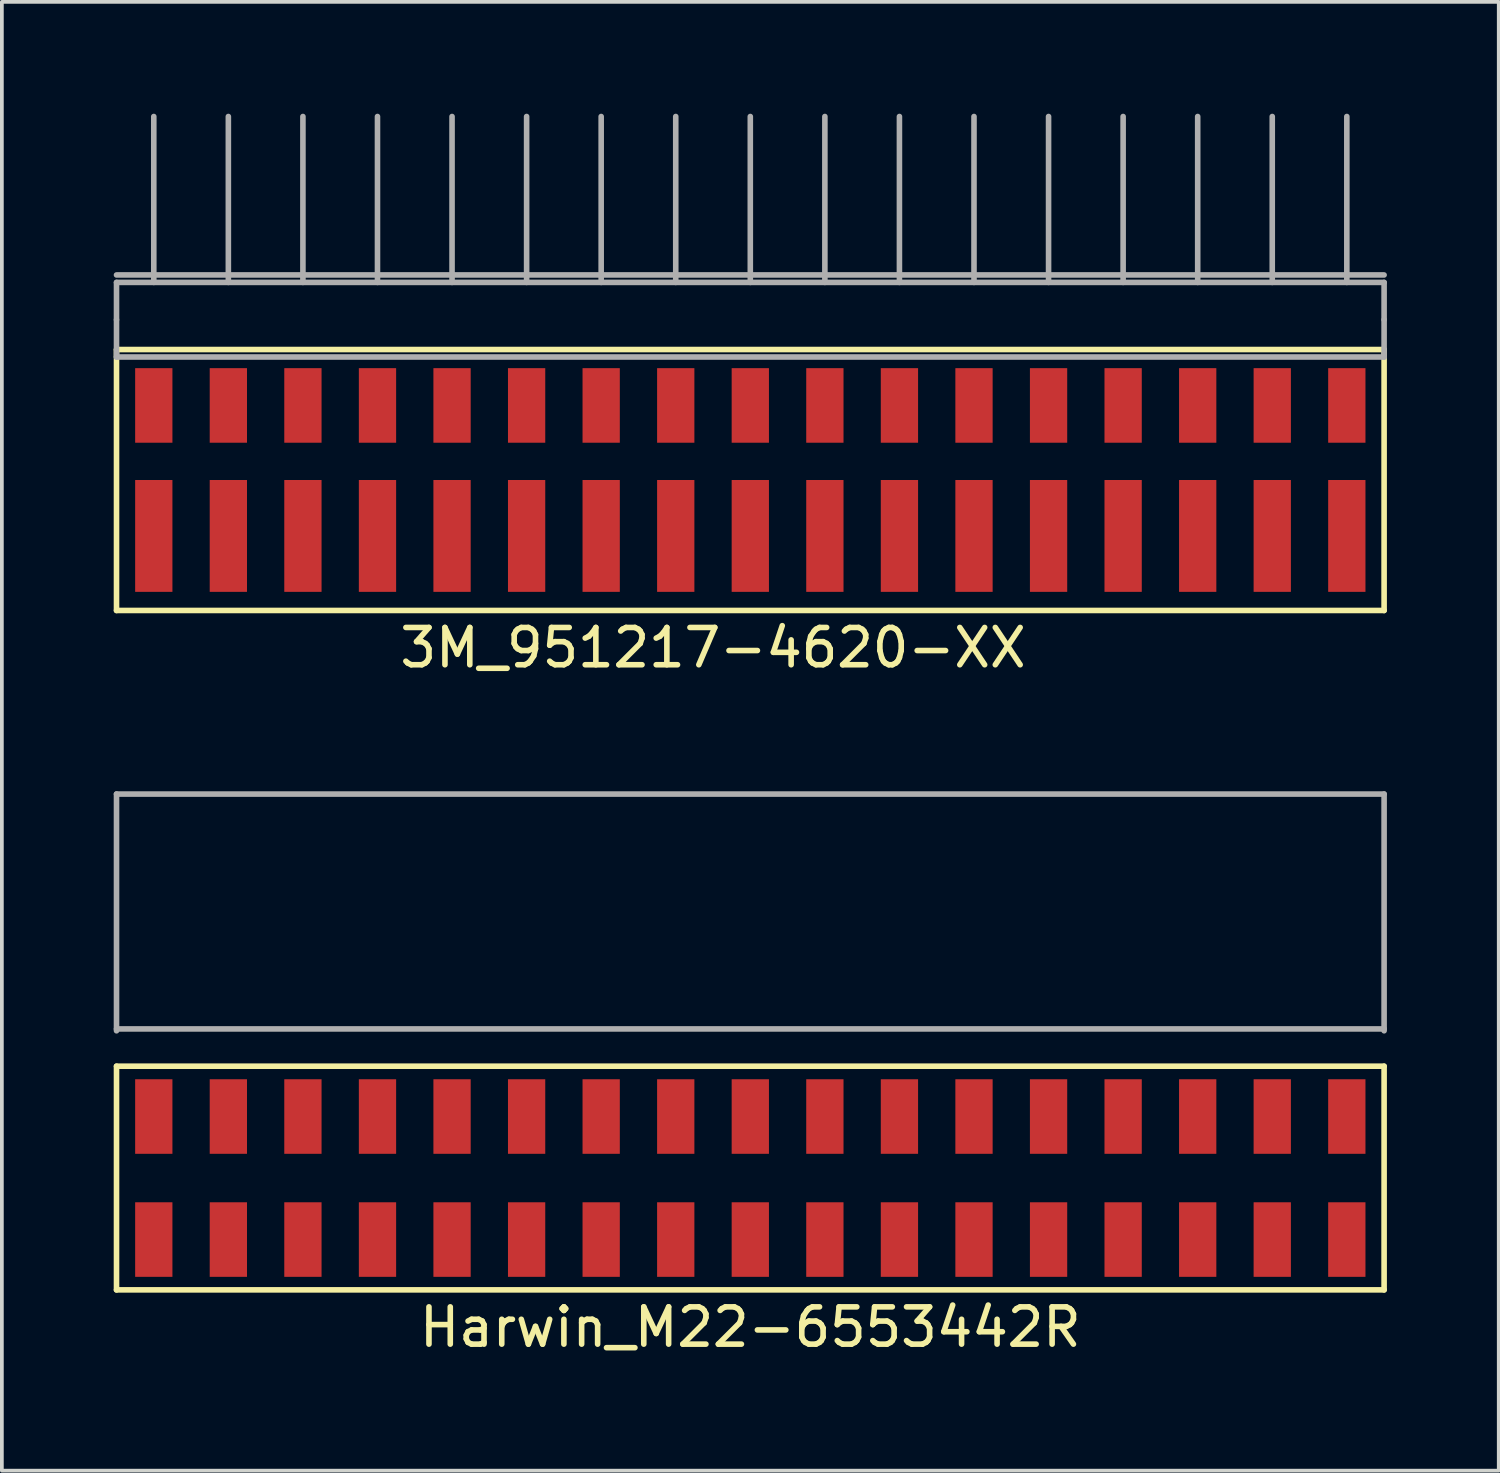
<source format=kicad_pcb>
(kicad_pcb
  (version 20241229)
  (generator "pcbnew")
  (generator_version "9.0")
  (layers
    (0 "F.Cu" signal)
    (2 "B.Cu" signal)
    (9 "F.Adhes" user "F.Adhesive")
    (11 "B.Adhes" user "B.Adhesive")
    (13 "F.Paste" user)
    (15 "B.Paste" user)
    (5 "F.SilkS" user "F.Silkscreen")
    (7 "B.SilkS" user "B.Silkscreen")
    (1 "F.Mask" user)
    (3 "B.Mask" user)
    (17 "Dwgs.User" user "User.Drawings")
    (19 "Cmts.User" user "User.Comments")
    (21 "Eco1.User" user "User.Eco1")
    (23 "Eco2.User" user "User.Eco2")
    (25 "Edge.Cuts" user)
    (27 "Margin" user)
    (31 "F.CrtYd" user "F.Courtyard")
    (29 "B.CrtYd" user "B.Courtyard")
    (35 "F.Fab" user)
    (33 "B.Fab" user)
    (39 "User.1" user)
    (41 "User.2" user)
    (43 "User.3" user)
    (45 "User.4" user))
  (footprint "Harwin_M22-6553442R"
    (layer "F.Cu")
    (at 17.075 28.548)
    (property "Reference" "Harwin_M22-6553442R" (at 0 4 0) (layer "F.SilkS") (effects (font (size 1 1) (thickness 0.15))))
    (attr through_hole)
    (fp_line (start -17 -3) (end 17 -3) (stroke (width 0.15) (type solid)) (layer "F.SilkS"))
    (fp_line (start -17 3) (end -17 -3) (stroke (width 0.15) (type solid)) (layer "F.SilkS"))
    (fp_line (start 17 -3) (end 17 3) (stroke (width 0.15) (type solid)) (layer "F.SilkS"))
    (fp_line (start 17 3) (end -17 3) (stroke (width 0.15) (type solid)) (layer "F.SilkS"))
    (fp_line (start -17 -10.3) (end 17 -10.3) (stroke (width 0.15) (type solid)) (layer "F.Fab"))
    (fp_line (start -17 -4) (end 17 -4) (stroke (width 0.15) (type solid)) (layer "F.Fab"))
    (fp_line (start -17 -3.95) (end -17 -10.3) (stroke (width 0.15) (type solid)) (layer "F.Fab"))
    (fp_line (start 17 -3.95) (end 17 -10.3) (stroke (width 0.15) (type solid)) (layer "F.Fab"))
    (pad "1" smd rect (at 16 1.65 180) (size 1 2) (layers "F.Cu" "F.Mask" "F.Paste"))
    (pad "2" smd rect (at 16 -1.65 180) (size 1 2) (layers "F.Cu" "F.Mask" "F.Paste"))
    (pad "3" smd rect (at 14 1.65 180) (size 1 2) (layers "F.Cu" "F.Mask" "F.Paste"))
    (pad "4" smd rect (at 14 -1.65 180) (size 1 2) (layers "F.Cu" "F.Mask" "F.Paste"))
    (pad "5" smd rect (at 12 1.65 180) (size 1 2) (layers "F.Cu" "F.Mask" "F.Paste"))
    (pad "6" smd rect (at 12 -1.65 180) (size 1 2) (layers "F.Cu" "F.Mask" "F.Paste"))
    (pad "7" smd rect (at 10 1.65 180) (size 1 2) (layers "F.Cu" "F.Mask" "F.Paste"))
    (pad "8" smd rect (at 10 -1.65 180) (size 1 2) (layers "F.Cu" "F.Mask" "F.Paste"))
    (pad "9" smd rect (at 8 1.65 180) (size 1 2) (layers "F.Cu" "F.Mask" "F.Paste"))
    (pad "10" smd rect (at 8 -1.65 180) (size 1 2) (layers "F.Cu" "F.Mask" "F.Paste"))
    (pad "11" smd rect (at 6 1.65 180) (size 1 2) (layers "F.Cu" "F.Mask" "F.Paste"))
    (pad "12" smd rect (at 6 -1.65 180) (size 1 2) (layers "F.Cu" "F.Mask" "F.Paste"))
    (pad "13" smd rect (at 4 1.65 180) (size 1 2) (layers "F.Cu" "F.Mask" "F.Paste"))
    (pad "14" smd rect (at 4 -1.65 180) (size 1 2) (layers "F.Cu" "F.Mask" "F.Paste"))
    (pad "15" smd rect (at 2 1.65 180) (size 1 2) (layers "F.Cu" "F.Mask" "F.Paste"))
    (pad "16" smd rect (at 2 -1.65 180) (size 1 2) (layers "F.Cu" "F.Mask" "F.Paste"))
    (pad "17" smd rect (at 0 1.65 180) (size 1 2) (layers "F.Cu" "F.Mask" "F.Paste"))
    (pad "18" smd rect (at 0 -1.65 180) (size 1 2) (layers "F.Cu" "F.Mask" "F.Paste"))
    (pad "19" smd rect (at -2 1.65 180) (size 1 2) (layers "F.Cu" "F.Mask" "F.Paste"))
    (pad "20" smd rect (at -2 -1.65 180) (size 1 2) (layers "F.Cu" "F.Mask" "F.Paste"))
    (pad "21" smd rect (at -4 1.65 180) (size 1 2) (layers "F.Cu" "F.Mask" "F.Paste"))
    (pad "22" smd rect (at -4 -1.65 180) (size 1 2) (layers "F.Cu" "F.Mask" "F.Paste"))
    (pad "23" smd rect (at -6 1.65 180) (size 1 2) (layers "F.Cu" "F.Mask" "F.Paste"))
    (pad "24" smd rect (at -6 -1.65 180) (size 1 2) (layers "F.Cu" "F.Mask" "F.Paste"))
    (pad "25" smd rect (at -8 1.65 180) (size 1 2) (layers "F.Cu" "F.Mask" "F.Paste"))
    (pad "26" smd rect (at -8 -1.65 180) (size 1 2) (layers "F.Cu" "F.Mask" "F.Paste"))
    (pad "27" smd rect (at -10 1.65 180) (size 1 2) (layers "F.Cu" "F.Mask" "F.Paste"))
    (pad "28" smd rect (at -10 -1.65 180) (size 1 2) (layers "F.Cu" "F.Mask" "F.Paste"))
    (pad "29" smd rect (at -12 1.65 180) (size 1 2) (layers "F.Cu" "F.Mask" "F.Paste"))
    (pad "30" smd rect (at -12 -1.65 180) (size 1 2) (layers "F.Cu" "F.Mask" "F.Paste"))
    (pad "31" smd rect (at -14 1.65 180) (size 1 2) (layers "F.Cu" "F.Mask" "F.Paste"))
    (pad "32" smd rect (at -14 -1.65 180) (size 1 2) (layers "F.Cu" "F.Mask" "F.Paste"))
    (pad "33" smd rect (at -16 1.65 180) (size 1 2) (layers "F.Cu" "F.Mask" "F.Paste"))
    (pad "34" smd rect (at -16 -1.65 180) (size 1 2) (layers "F.Cu" "F.Mask" "F.Paste")))
  (footprint "3M_951217-4620-XX"
    (layer "F.Cu")
    (at 16.075 9.325)
    (property "Reference" "3M_951217-4620-XX" (at 0 5 0) (layer "F.SilkS") (effects (font (size 1 1) (thickness 0.15))))
    (attr through_hole)
    (fp_line (start -16 -3) (end 18 -3) (stroke (width 0.15) (type solid)) (layer "F.SilkS"))
    (fp_line (start -16 4) (end -16 -3) (stroke (width 0.15) (type solid)) (layer "F.SilkS"))
    (fp_line (start 18 -3) (end 18 4) (stroke (width 0.15) (type solid)) (layer "F.SilkS"))
    (fp_line (start 18 4) (end -16 4) (stroke (width 0.15) (type solid)) (layer "F.SilkS"))
    (fp_line (start -16 -5) (end 18 -5) (stroke (width 0.15) (type solid)) (layer "F.Fab"))
    (fp_line (start -16 -3.8) (end -16 -4.8) (stroke (width 0.15) (type solid)) (layer "F.Fab"))
    (fp_line (start -16 -3.8) (end -16 -2.8) (stroke (width 0.15) (type solid)) (layer "F.Fab"))
    (fp_line (start -16 -2.8) (end 18 -2.8) (stroke (width 0.15) (type solid)) (layer "F.Fab"))
    (fp_line (start -15 -4.8) (end -15 -9.25) (stroke (width 0.15) (type solid)) (layer "F.Fab"))
    (fp_line (start -13 -4.8) (end -13 -9.25) (stroke (width 0.15) (type solid)) (layer "F.Fab"))
    (fp_line (start -11 -4.8) (end -11 -9.25) (stroke (width 0.15) (type solid)) (layer "F.Fab"))
    (fp_line (start -9 -4.8) (end -9 -9.25) (stroke (width 0.15) (type solid)) (layer "F.Fab"))
    (fp_line (start -7 -4.8) (end -7 -9.25) (stroke (width 0.15) (type solid)) (layer "F.Fab"))
    (fp_line (start -5 -4.8) (end -5 -9.25) (stroke (width 0.15) (type solid)) (layer "F.Fab"))
    (fp_line (start -3 -4.8) (end -3 -9.25) (stroke (width 0.15) (type solid)) (layer "F.Fab"))
    (fp_line (start -1 -4.8) (end -1 -9.25) (stroke (width 0.15) (type solid)) (layer "F.Fab"))
    (fp_line (start 1 -4.8) (end 1 -9.25) (stroke (width 0.15) (type solid)) (layer "F.Fab"))
    (fp_line (start 3 -4.8) (end 3 -9.25) (stroke (width 0.15) (type solid)) (layer "F.Fab"))
    (fp_line (start 5 -4.8) (end 5 -9.25) (stroke (width 0.15) (type solid)) (layer "F.Fab"))
    (fp_line (start 7 -4.8) (end 7 -9.25) (stroke (width 0.15) (type solid)) (layer "F.Fab"))
    (fp_line (start 9 -4.8) (end 9 -9.25) (stroke (width 0.15) (type solid)) (layer "F.Fab"))
    (fp_line (start 11 -4.8) (end 11 -9.25) (stroke (width 0.15) (type solid)) (layer "F.Fab"))
    (fp_line (start 13 -4.8) (end 13 -9.25) (stroke (width 0.15) (type solid)) (layer "F.Fab"))
    (fp_line (start 15 -4.8) (end 15 -9.25) (stroke (width 0.15) (type solid)) (layer "F.Fab"))
    (fp_line (start 17 -4.8) (end 17 -9.25) (stroke (width 0.15) (type solid)) (layer "F.Fab"))
    (fp_line (start 18 -4.8) (end -16 -4.8) (stroke (width 0.15) (type solid)) (layer "F.Fab"))
    (fp_line (start 18 -3.8) (end 18 -4.8) (stroke (width 0.15) (type solid)) (layer "F.Fab"))
    (fp_line (start 18 -2.8) (end 18 -3.8) (stroke (width 0.15) (type solid)) (layer "F.Fab"))
    (pad "1" smd rect (at -15 2 180) (size 1 3) (layers "F.Cu" "F.Mask" "F.Paste"))
    (pad "2" smd rect (at -15 -1.5 180) (size 1 2) (layers "F.Cu" "F.Mask" "F.Paste"))
    (pad "3" smd rect (at -13 2 180) (size 1 3) (layers "F.Cu" "F.Mask" "F.Paste"))
    (pad "4" smd rect (at -13 -1.5 180) (size 1 2) (layers "F.Cu" "F.Mask" "F.Paste"))
    (pad "5" smd rect (at -11 2 180) (size 1 3) (layers "F.Cu" "F.Mask" "F.Paste"))
    (pad "6" smd rect (at -11 -1.5 180) (size 1 2) (layers "F.Cu" "F.Mask" "F.Paste"))
    (pad "7" smd rect (at -9 2 180) (size 1 3) (layers "F.Cu" "F.Mask" "F.Paste"))
    (pad "8" smd rect (at -9 -1.5 180) (size 1 2) (layers "F.Cu" "F.Mask" "F.Paste"))
    (pad "9" smd rect (at -7 2 180) (size 1 3) (layers "F.Cu" "F.Mask" "F.Paste"))
    (pad "10" smd rect (at -7 -1.5 180) (size 1 2) (layers "F.Cu" "F.Mask" "F.Paste"))
    (pad "11" smd rect (at -5 2 180) (size 1 3) (layers "F.Cu" "F.Mask" "F.Paste"))
    (pad "12" smd rect (at -5 -1.5 180) (size 1 2) (layers "F.Cu" "F.Mask" "F.Paste"))
    (pad "13" smd rect (at -3 2 180) (size 1 3) (layers "F.Cu" "F.Mask" "F.Paste"))
    (pad "14" smd rect (at -3 -1.5 180) (size 1 2) (layers "F.Cu" "F.Mask" "F.Paste"))
    (pad "15" smd rect (at -1 2 180) (size 1 3) (layers "F.Cu" "F.Mask" "F.Paste"))
    (pad "16" smd rect (at -1 -1.5 180) (size 1 2) (layers "F.Cu" "F.Mask" "F.Paste"))
    (pad "17" smd rect (at 1 2 180) (size 1 3) (layers "F.Cu" "F.Mask" "F.Paste"))
    (pad "18" smd rect (at 1 -1.5 180) (size 1 2) (layers "F.Cu" "F.Mask" "F.Paste"))
    (pad "19" smd rect (at 3 2 180) (size 1 3) (layers "F.Cu" "F.Mask" "F.Paste"))
    (pad "20" smd rect (at 3 -1.5 180) (size 1 2) (layers "F.Cu" "F.Mask" "F.Paste"))
    (pad "21" smd rect (at 5 2 180) (size 1 3) (layers "F.Cu" "F.Mask" "F.Paste"))
    (pad "22" smd rect (at 5 -1.5 180) (size 1 2) (layers "F.Cu" "F.Mask" "F.Paste"))
    (pad "23" smd rect (at 7 2 180) (size 1 3) (layers "F.Cu" "F.Mask" "F.Paste"))
    (pad "24" smd rect (at 7 -1.5 180) (size 1 2) (layers "F.Cu" "F.Mask" "F.Paste"))
    (pad "25" smd rect (at 9 2 180) (size 1 3) (layers "F.Cu" "F.Mask" "F.Paste"))
    (pad "26" smd rect (at 9 -1.5 180) (size 1 2) (layers "F.Cu" "F.Mask" "F.Paste"))
    (pad "27" smd rect (at 11 2 180) (size 1 3) (layers "F.Cu" "F.Mask" "F.Paste"))
    (pad "28" smd rect (at 11 -1.5 180) (size 1 2) (layers "F.Cu" "F.Mask" "F.Paste"))
    (pad "29" smd rect (at 13 2 180) (size 1 3) (layers "F.Cu" "F.Mask" "F.Paste"))
    (pad "30" smd rect (at 13 -1.5 180) (size 1 2) (layers "F.Cu" "F.Mask" "F.Paste"))
    (pad "31" smd rect (at 15 2 180) (size 1 3) (layers "F.Cu" "F.Mask" "F.Paste"))
    (pad "32" smd rect (at 15 -1.5 180) (size 1 2) (layers "F.Cu" "F.Mask" "F.Paste"))
    (pad "33" smd rect (at 17 2 180) (size 1 3) (layers "F.Cu" "F.Mask" "F.Paste"))
    (pad "34" smd rect (at 17 -1.5 180) (size 1 2) (layers "F.Cu" "F.Mask" "F.Paste")))
  (gr_rect
    (start -3 -3)
    (end 37.15 36.397)
    (stroke (width 0.1) (type default))
    (fill no)
    (layer "Edge.Cuts")))
</source>
